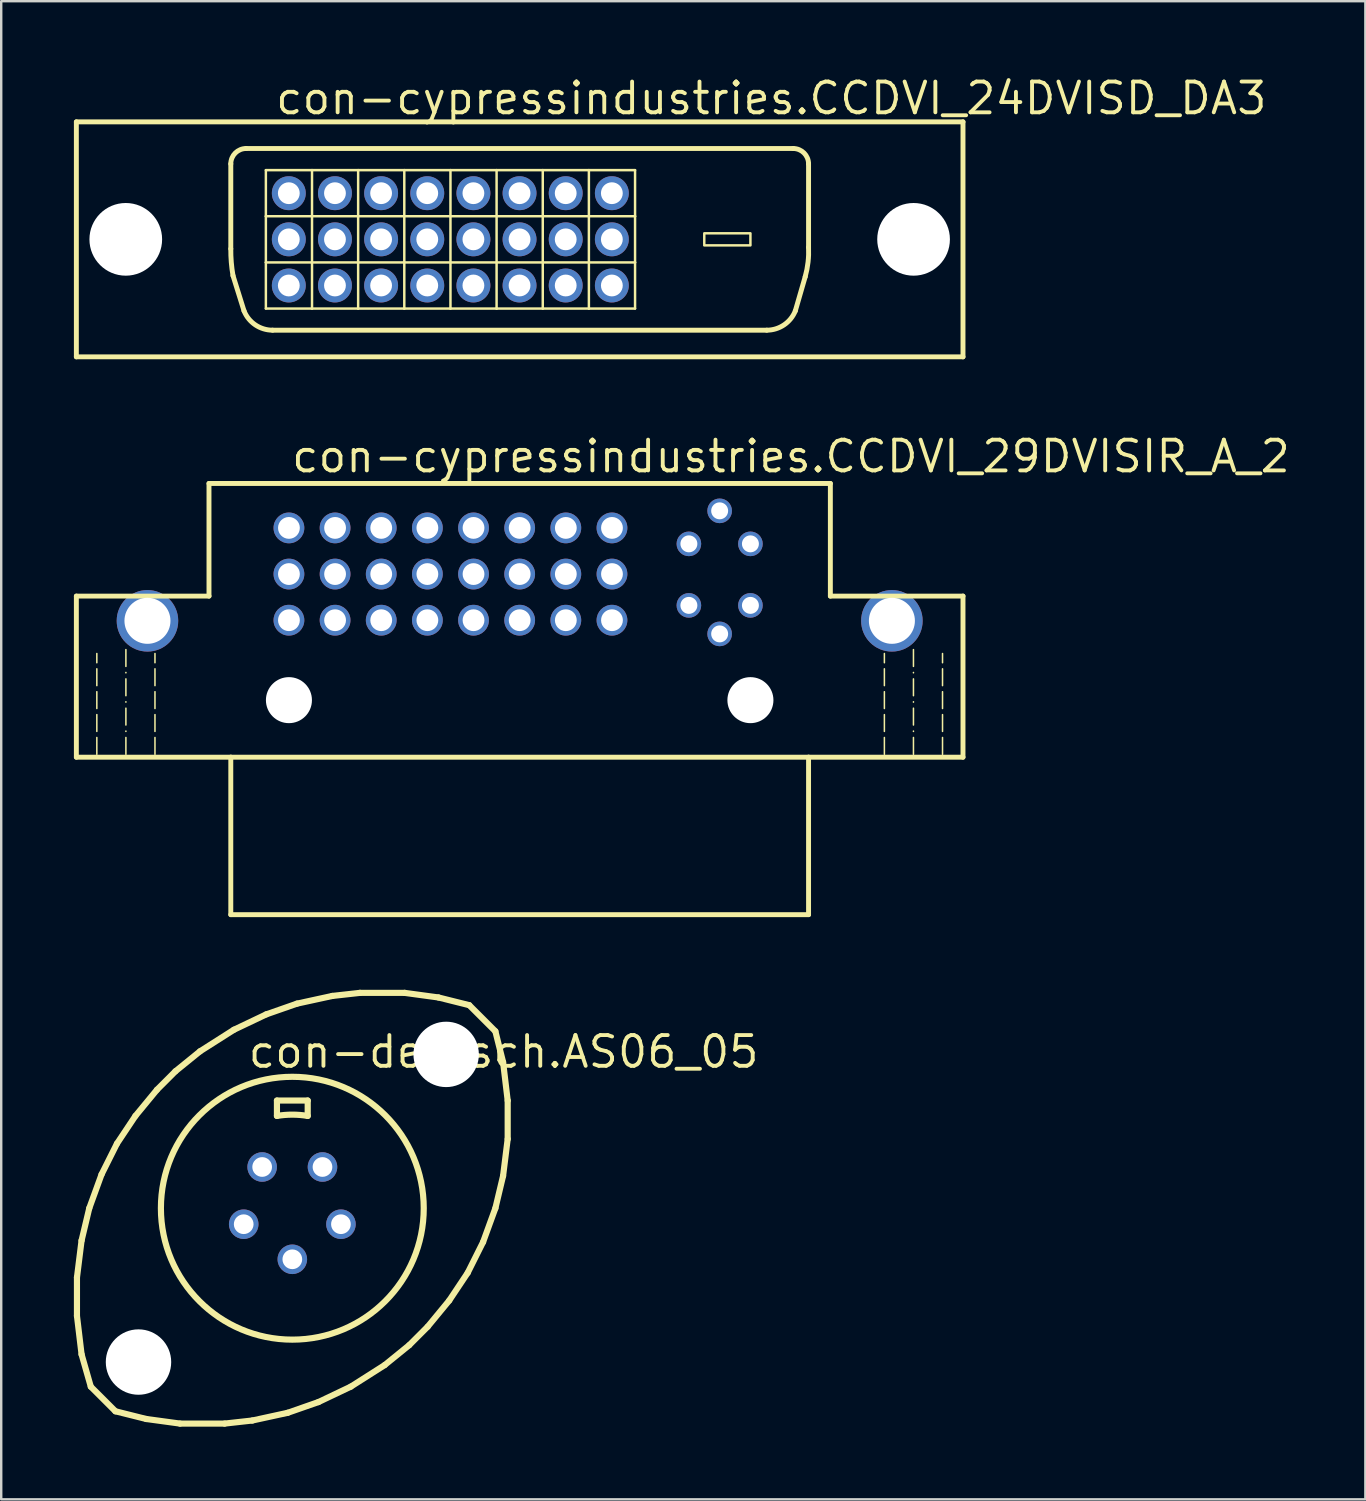
<source format=kicad_pcb>
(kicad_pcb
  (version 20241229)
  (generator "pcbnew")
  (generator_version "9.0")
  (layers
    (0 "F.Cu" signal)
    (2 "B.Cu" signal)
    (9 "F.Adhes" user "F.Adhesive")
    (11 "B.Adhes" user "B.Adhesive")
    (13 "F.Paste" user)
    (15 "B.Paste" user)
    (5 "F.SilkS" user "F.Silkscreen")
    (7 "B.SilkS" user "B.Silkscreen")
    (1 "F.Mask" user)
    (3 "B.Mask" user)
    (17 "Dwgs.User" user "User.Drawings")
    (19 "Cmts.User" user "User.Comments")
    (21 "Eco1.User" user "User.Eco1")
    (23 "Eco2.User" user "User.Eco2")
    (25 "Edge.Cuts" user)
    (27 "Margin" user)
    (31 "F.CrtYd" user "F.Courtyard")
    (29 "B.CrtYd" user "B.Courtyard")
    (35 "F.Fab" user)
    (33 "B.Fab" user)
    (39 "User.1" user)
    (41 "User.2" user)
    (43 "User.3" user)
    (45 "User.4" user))
  (footprint "con-cypressindustries.CCDVI_24DVISD_DA3"
    (layer "F.Cu")
    (at 18.402 6.83)
    (property "Reference" "con-cypressindustries.CCDVI_24DVISD_DA3" (at -10.16 -5.08 0) (layer "F.SilkS") (effects (font (size 1.27 1.27) (thickness 0.16)) (justify left bottom)))
    (attr through_hole)
    (fp_line (start -18.3 -4.85) (end 18.3 -4.85) (stroke (width 0.203) (type default)) (layer "F.SilkS"))
    (fp_line (start -18.3 4.85) (end -18.3 -4.85) (stroke (width 0.203) (type default)) (layer "F.SilkS"))
    (fp_line (start -11.925 0.39) (end -11.925 -3.115) (stroke (width 0.203) (type default)) (layer "F.SilkS"))
    (fp_line (start -11.379 2.952) (end -11.834 1.497) (stroke (width 0.203) (type default)) (layer "F.SilkS"))
    (fp_line (start -11.29 -3.75) (end 11.29 -3.75) (stroke (width 0.203) (type default)) (layer "F.SilkS"))
    (fp_line (start -10.477 -2.857) (end -8.572 -2.857) (stroke (width 0.102) (type default)) (layer "F.SilkS"))
    (fp_line (start -10.477 -0.953) (end -10.477 -2.857) (stroke (width 0.102) (type default)) (layer "F.SilkS"))
    (fp_line (start -10.477 -0.953) (end 4.763 -0.953) (stroke (width 0.102) (type default)) (layer "F.SilkS"))
    (fp_line (start -10.477 0.953) (end -10.477 -0.953) (stroke (width 0.102) (type default)) (layer "F.SilkS"))
    (fp_line (start -10.477 0.953) (end 4.763 0.953) (stroke (width 0.102) (type default)) (layer "F.SilkS"))
    (fp_line (start -10.477 2.857) (end -10.477 0.953) (stroke (width 0.102) (type default)) (layer "F.SilkS"))
    (fp_line (start -10.2 3.75) (end 10.2 3.75) (stroke (width 0.203) (type default)) (layer "F.SilkS"))
    (fp_line (start -8.572 -2.857) (end -6.668 -2.857) (stroke (width 0.102) (type default)) (layer "F.SilkS"))
    (fp_line (start -8.572 2.857) (end -10.477 2.857) (stroke (width 0.102) (type default)) (layer "F.SilkS"))
    (fp_line (start -8.572 2.857) (end -8.572 -2.857) (stroke (width 0.102) (type default)) (layer "F.SilkS"))
    (fp_line (start -6.668 -2.857) (end -6.668 2.857) (stroke (width 0.102) (type default)) (layer "F.SilkS"))
    (fp_line (start -6.668 -2.857) (end -4.763 -2.857) (stroke (width 0.102) (type default)) (layer "F.SilkS"))
    (fp_line (start -6.668 2.857) (end -8.572 2.857) (stroke (width 0.102) (type default)) (layer "F.SilkS"))
    (fp_line (start -4.763 -2.857) (end -2.857 -2.857) (stroke (width 0.102) (type default)) (layer "F.SilkS"))
    (fp_line (start -4.763 2.857) (end -6.668 2.857) (stroke (width 0.102) (type default)) (layer "F.SilkS"))
    (fp_line (start -4.763 2.857) (end -4.763 -2.857) (stroke (width 0.102) (type default)) (layer "F.SilkS"))
    (fp_line (start -2.857 -2.857) (end -2.857 2.857) (stroke (width 0.102) (type default)) (layer "F.SilkS"))
    (fp_line (start -2.857 -2.857) (end -0.953 -2.857) (stroke (width 0.102) (type default)) (layer "F.SilkS"))
    (fp_line (start -2.857 2.857) (end -4.763 2.857) (stroke (width 0.102) (type default)) (layer "F.SilkS"))
    (fp_line (start -0.953 -2.857) (end 0.953 -2.857) (stroke (width 0.102) (type default)) (layer "F.SilkS"))
    (fp_line (start -0.953 2.857) (end -2.857 2.857) (stroke (width 0.102) (type default)) (layer "F.SilkS"))
    (fp_line (start -0.953 2.857) (end -0.953 -2.857) (stroke (width 0.102) (type default)) (layer "F.SilkS"))
    (fp_line (start 0.953 -2.857) (end 0.953 2.857) (stroke (width 0.102) (type default)) (layer "F.SilkS"))
    (fp_line (start 0.953 -2.857) (end 2.857 -2.857) (stroke (width 0.102) (type default)) (layer "F.SilkS"))
    (fp_line (start 0.953 2.857) (end -0.953 2.857) (stroke (width 0.102) (type default)) (layer "F.SilkS"))
    (fp_line (start 2.857 -2.857) (end 4.763 -2.857) (stroke (width 0.102) (type default)) (layer "F.SilkS"))
    (fp_line (start 2.857 2.857) (end 0.953 2.857) (stroke (width 0.102) (type default)) (layer "F.SilkS"))
    (fp_line (start 2.857 2.857) (end 2.857 -2.857) (stroke (width 0.102) (type default)) (layer "F.SilkS"))
    (fp_line (start 4.763 -2.857) (end 4.763 -0.953) (stroke (width 0.102) (type default)) (layer "F.SilkS"))
    (fp_line (start 4.763 -0.953) (end 4.763 0.953) (stroke (width 0.102) (type default)) (layer "F.SilkS"))
    (fp_line (start 4.763 0.953) (end 4.763 2.857) (stroke (width 0.102) (type default)) (layer "F.SilkS"))
    (fp_line (start 4.763 2.857) (end 2.857 2.857) (stroke (width 0.102) (type default)) (layer "F.SilkS"))
    (fp_line (start 7.62 -0.203) (end 7.62 0.203) (stroke (width 0.102) (type default)) (layer "F.SilkS"))
    (fp_line (start 9.525 -0.25) (end 7.62 -0.25) (stroke (width 0.102) (type default)) (layer "F.SilkS"))
    (fp_line (start 9.525 -0.203) (end 9.525 0.203) (stroke (width 0.102) (type default)) (layer "F.SilkS"))
    (fp_line (start 9.525 0.25) (end 7.62 0.25) (stroke (width 0.102) (type default)) (layer "F.SilkS"))
    (fp_line (start 11.379 2.952) (end 11.787 1.542) (stroke (width 0.203) (type default)) (layer "F.SilkS"))
    (fp_line (start 11.925 0.33) (end 11.925 -3.115) (stroke (width 0.203) (type default)) (layer "F.SilkS"))
    (fp_line (start 18.3 -4.85) (end 18.3 4.85) (stroke (width 0.203) (type default)) (layer "F.SilkS"))
    (fp_line (start 18.3 4.85) (end -18.3 4.85) (stroke (width 0.203) (type default)) (layer "F.SilkS"))
    (fp_arc (start -11.925 -3.115) (mid -11.739013 -3.564013) (end -11.29 -3.75) (stroke (width 0.2032) (type default)) (layer "F.SilkS"))
    (fp_arc (start -11.8342 1.497) (mid -11.904693 0.945759) (end -11.925 0.3904) (stroke (width 0.2032) (type default)) (layer "F.SilkS"))
    (fp_arc (start -10.2002 3.75) (mid -10.912153 3.531641) (end -11.3793 2.9517) (stroke (width 0.2032) (type default)) (layer "F.SilkS"))
    (fp_arc (start 11.29 -3.75) (mid 11.739013 -3.564013) (end 11.925 -3.115) (stroke (width 0.2032) (type default)) (layer "F.SilkS"))
    (fp_arc (start 11.3793 2.9517) (mid 10.912153 3.531641) (end 10.2002 3.75) (stroke (width 0.2032) (type default)) (layer "F.SilkS"))
    (fp_arc (start 11.925 0.33) (mid 11.903988 0.941413) (end 11.7865 1.5418) (stroke (width 0.2032) (type default)) (layer "F.SilkS"))
    (pad "" np_thru_hole circle (at -16.26 0) (size 3 3) (drill 3) (layers "*.Cu" "*.Mask"))
    (pad "" np_thru_hole circle (at 16.26 0) (size 3 3) (drill 3) (layers "*.Cu" "*.Mask"))
    (pad "1" thru_hole circle (at -9.53 -1.905) (size 1.4 1.4) (drill 0.9) (layers "*.Cu" "*.Mask"))
    (pad "2" thru_hole circle (at -7.625 -1.905) (size 1.4 1.4) (drill 0.9) (layers "*.Cu" "*.Mask"))
    (pad "3" thru_hole circle (at -5.72 -1.905) (size 1.4 1.4) (drill 0.9) (layers "*.Cu" "*.Mask"))
    (pad "4" thru_hole circle (at -3.815 -1.905) (size 1.4 1.4) (drill 0.9) (layers "*.Cu" "*.Mask"))
    (pad "5" thru_hole circle (at -1.91 -1.905) (size 1.4 1.4) (drill 0.9) (layers "*.Cu" "*.Mask"))
    (pad "6" thru_hole circle (at -0.005 -1.905) (size 1.4 1.4) (drill 0.9) (layers "*.Cu" "*.Mask"))
    (pad "7" thru_hole circle (at 1.9 -1.905) (size 1.4 1.4) (drill 0.9) (layers "*.Cu" "*.Mask"))
    (pad "8" thru_hole circle (at 3.805 -1.905) (size 1.4 1.4) (drill 0.9) (layers "*.Cu" "*.Mask"))
    (pad "9" thru_hole circle (at -9.53 0) (size 1.4 1.4) (drill 0.9) (layers "*.Cu" "*.Mask"))
    (pad "10" thru_hole circle (at -7.625 0) (size 1.4 1.4) (drill 0.9) (layers "*.Cu" "*.Mask"))
    (pad "11" thru_hole circle (at -5.72 0) (size 1.4 1.4) (drill 0.9) (layers "*.Cu" "*.Mask"))
    (pad "12" thru_hole circle (at -3.815 0) (size 1.4 1.4) (drill 0.9) (layers "*.Cu" "*.Mask"))
    (pad "13" thru_hole circle (at -1.91 0) (size 1.4 1.4) (drill 0.9) (layers "*.Cu" "*.Mask"))
    (pad "14" thru_hole circle (at -0.005 0) (size 1.4 1.4) (drill 0.9) (layers "*.Cu" "*.Mask"))
    (pad "15" thru_hole circle (at 1.9 0) (size 1.4 1.4) (drill 0.9) (layers "*.Cu" "*.Mask"))
    (pad "16" thru_hole circle (at 3.805 0) (size 1.4 1.4) (drill 0.9) (layers "*.Cu" "*.Mask"))
    (pad "17" thru_hole circle (at -9.53 1.905) (size 1.4 1.4) (drill 0.9) (layers "*.Cu" "*.Mask"))
    (pad "18" thru_hole circle (at -7.625 1.905) (size 1.4 1.4) (drill 0.9) (layers "*.Cu" "*.Mask"))
    (pad "19" thru_hole circle (at -5.72 1.905) (size 1.4 1.4) (drill 0.9) (layers "*.Cu" "*.Mask"))
    (pad "20" thru_hole circle (at -3.815 1.905) (size 1.4 1.4) (drill 0.9) (layers "*.Cu" "*.Mask"))
    (pad "21" thru_hole circle (at -1.91 1.905) (size 1.4 1.4) (drill 0.9) (layers "*.Cu" "*.Mask"))
    (pad "22" thru_hole circle (at -0.005 1.905) (size 1.4 1.4) (drill 0.9) (layers "*.Cu" "*.Mask"))
    (pad "23" thru_hole circle (at 1.9 1.905) (size 1.4 1.4) (drill 0.9) (layers "*.Cu" "*.Mask"))
    (pad "24" thru_hole circle (at 3.805 1.905) (size 1.4 1.4) (drill 0.9) (layers "*.Cu" "*.Mask")))
  (footprint "con-deutsch.AS06_05"
    (layer "F.Cu")
    (at 9.017 46.825)
    (property "Reference" "con-deutsch.AS06_05" (at -1.905 -5.715 0) (layer "F.SilkS") (effects (font (size 1.27 1.27) (thickness 0.16)) (justify left bottom)))
    (attr through_hole)
    (fp_line (start -8.89 2.857) (end -8.7 1.333) (stroke (width 0.254) (type default)) (layer "F.SilkS"))
    (fp_line (start -8.89 4.445) (end -8.89 2.857) (stroke (width 0.254) (type default)) (layer "F.SilkS"))
    (fp_line (start -8.7 1.333) (end -8.382 0) (stroke (width 0.254) (type default)) (layer "F.SilkS"))
    (fp_line (start -8.7 6.032) (end -8.89 4.445) (stroke (width 0.254) (type default)) (layer "F.SilkS"))
    (fp_line (start -8.382 0) (end -7.874 -1.397) (stroke (width 0.254) (type default)) (layer "F.SilkS"))
    (fp_line (start -8.319 7.366) (end -8.7 6.032) (stroke (width 0.254) (type default)) (layer "F.SilkS"))
    (fp_line (start -7.874 -1.397) (end -7.239 -2.667) (stroke (width 0.254) (type default)) (layer "F.SilkS"))
    (fp_line (start -7.303 8.382) (end -8.319 7.366) (stroke (width 0.254) (type default)) (layer "F.SilkS"))
    (fp_line (start -7.239 -2.667) (end -6.477 -3.81) (stroke (width 0.254) (type default)) (layer "F.SilkS"))
    (fp_line (start -6.477 -3.81) (end -5.588 -4.889) (stroke (width 0.254) (type default)) (layer "F.SilkS"))
    (fp_line (start -6.032 8.7) (end -7.303 8.382) (stroke (width 0.254) (type default)) (layer "F.SilkS"))
    (fp_line (start -5.588 -4.889) (end -4.826 -5.652) (stroke (width 0.254) (type default)) (layer "F.SilkS"))
    (fp_line (start -4.826 -5.652) (end -3.81 -6.477) (stroke (width 0.254) (type default)) (layer "F.SilkS"))
    (fp_line (start -4.636 8.89) (end -6.032 8.7) (stroke (width 0.254) (type default)) (layer "F.SilkS"))
    (fp_line (start -3.81 -6.477) (end -2.413 -7.366) (stroke (width 0.254) (type default)) (layer "F.SilkS"))
    (fp_line (start -2.794 8.89) (end -4.636 8.89) (stroke (width 0.254) (type default)) (layer "F.SilkS"))
    (fp_line (start -2.413 -7.366) (end -1.079 -8.001) (stroke (width 0.254) (type default)) (layer "F.SilkS"))
    (fp_line (start -1.651 8.763) (end -2.794 8.89) (stroke (width 0.254) (type default)) (layer "F.SilkS"))
    (fp_line (start -1.079 -8.001) (end 0.191 -8.445) (stroke (width 0.254) (type default)) (layer "F.SilkS"))
    (fp_line (start -0.635 -4.445) (end 0.635 -4.445) (stroke (width 0.254) (type default)) (layer "F.SilkS"))
    (fp_line (start -0.635 -3.81) (end -0.635 -4.445) (stroke (width 0.254) (type default)) (layer "F.SilkS"))
    (fp_line (start -0.191 8.445) (end -1.651 8.763) (stroke (width 0.254) (type default)) (layer "F.SilkS"))
    (fp_line (start 0.191 -8.445) (end 1.651 -8.763) (stroke (width 0.254) (type default)) (layer "F.SilkS"))
    (fp_line (start 0.635 -4.445) (end 0.635 -3.81) (stroke (width 0.254) (type default)) (layer "F.SilkS"))
    (fp_line (start 1.079 8.001) (end -0.191 8.445) (stroke (width 0.254) (type default)) (layer "F.SilkS"))
    (fp_line (start 1.651 -8.763) (end 2.794 -8.89) (stroke (width 0.254) (type default)) (layer "F.SilkS"))
    (fp_line (start 2.413 7.366) (end 1.079 8.001) (stroke (width 0.254) (type default)) (layer "F.SilkS"))
    (fp_line (start 2.794 -8.89) (end 4.636 -8.89) (stroke (width 0.254) (type default)) (layer "F.SilkS"))
    (fp_line (start 3.81 6.477) (end 2.413 7.366) (stroke (width 0.254) (type default)) (layer "F.SilkS"))
    (fp_line (start 4.636 -8.89) (end 6.032 -8.7) (stroke (width 0.254) (type default)) (layer "F.SilkS"))
    (fp_line (start 4.826 5.652) (end 3.81 6.477) (stroke (width 0.254) (type default)) (layer "F.SilkS"))
    (fp_line (start 5.588 4.889) (end 4.826 5.652) (stroke (width 0.254) (type default)) (layer "F.SilkS"))
    (fp_line (start 6.032 -8.7) (end 7.303 -8.382) (stroke (width 0.254) (type default)) (layer "F.SilkS"))
    (fp_line (start 6.477 3.81) (end 5.588 4.889) (stroke (width 0.254) (type default)) (layer "F.SilkS"))
    (fp_line (start 7.239 2.667) (end 6.477 3.81) (stroke (width 0.254) (type default)) (layer "F.SilkS"))
    (fp_line (start 7.874 1.397) (end 7.239 2.667) (stroke (width 0.254) (type default)) (layer "F.SilkS"))
    (fp_line (start 8.382 -7.303) (end 7.303 -8.382) (stroke (width 0.254) (type default)) (layer "F.SilkS"))
    (fp_line (start 8.382 -7.303) (end 8.7 -6.032) (stroke (width 0.254) (type default)) (layer "F.SilkS"))
    (fp_line (start 8.382 0) (end 7.874 1.397) (stroke (width 0.254) (type default)) (layer "F.SilkS"))
    (fp_line (start 8.7 -6.032) (end 8.89 -4.445) (stroke (width 0.254) (type default)) (layer "F.SilkS"))
    (fp_line (start 8.7 -1.333) (end 8.382 0) (stroke (width 0.254) (type default)) (layer "F.SilkS"))
    (fp_line (start 8.89 -4.445) (end 8.89 -2.857) (stroke (width 0.254) (type default)) (layer "F.SilkS"))
    (fp_line (start 8.89 -2.857) (end 8.7 -1.333) (stroke (width 0.254) (type default)) (layer "F.SilkS"))
    (fp_arc (start -0.635 -3.81) (mid 0 -3.862554) (end 0.635 -3.81) (stroke (width 0.254) (type default)) (layer "F.SilkS"))
    (fp_circle (center 0 0) (end 5.425 0) (stroke (width 0.254) (type default)) (fill no) (layer "F.SilkS"))
    (pad "" np_thru_hole circle (at -6.35 6.35) (size 2.7 2.7) (drill 2.7) (layers "*.Cu" "*.Mask"))
    (pad "" np_thru_hole circle (at 6.35 -6.35) (size 2.7 2.7) (drill 2.7) (layers "*.Cu" "*.Mask"))
    (pad "1" thru_hole circle (at -1.245 -1.702) (size 1.219 1.219) (drill 0.813) (layers "*.Cu" "*.Mask"))
    (pad "2" thru_hole circle (at -2.007 0.66) (size 1.219 1.219) (drill 0.813) (layers "*.Cu" "*.Mask"))
    (pad "3" thru_hole circle (at 0 2.108) (size 1.219 1.219) (drill 0.813) (layers "*.Cu" "*.Mask"))
    (pad "4" thru_hole circle (at 2.007 0.66) (size 1.219 1.219) (drill 0.813) (layers "*.Cu" "*.Mask"))
    (pad "5" thru_hole circle (at 1.245 -1.702) (size 1.219 1.219) (drill 0.813) (layers "*.Cu" "*.Mask")))
  (footprint "con-cypressindustries.CCDVI_29DVISIR_A_2"
    (layer "F.Cu")
    (at 18.402 27.782)
    (property "Reference" "con-cypressindustries.CCDVI_29DVISIR_A_2" (at -9.5 -11.25 0) (layer "F.SilkS") (effects (font (size 1.27 1.27) (thickness 0.16)) (justify left bottom)))
    (attr through_hole)
    (fp_line (start -18.3 -6.225) (end -18.3 0.425) (stroke (width 0.203) (type default)) (layer "F.SilkS"))
    (fp_line (start -18.3 0.425) (end -11.925 0.425) (stroke (width 0.203) (type default)) (layer "F.SilkS"))
    (fp_line (start -17.455 0.305) (end -17.455 -3.855) (stroke (width 0.063) (type dash)) (layer "F.SilkS"))
    (fp_line (start -16.255 0.305) (end -16.255 -4.105) (stroke (width 0.063) (type dash_dot)) (layer "F.SilkS"))
    (fp_line (start -15.055 0.305) (end -15.055 -3.855) (stroke (width 0.063) (type dash)) (layer "F.SilkS"))
    (fp_line (start -12.825 -10.875) (end -12.825 -6.225) (stroke (width 0.203) (type default)) (layer "F.SilkS"))
    (fp_line (start -12.825 -6.225) (end -18.3 -6.225) (stroke (width 0.203) (type default)) (layer "F.SilkS"))
    (fp_line (start -11.925 0.425) (end -11.925 6.925) (stroke (width 0.203) (type default)) (layer "F.SilkS"))
    (fp_line (start -11.925 0.425) (end 11.925 0.425) (stroke (width 0.203) (type default)) (layer "F.SilkS"))
    (fp_line (start -11.925 6.925) (end 11.925 6.925) (stroke (width 0.203) (type default)) (layer "F.SilkS"))
    (fp_line (start 11.925 0.425) (end 18.3 0.425) (stroke (width 0.203) (type default)) (layer "F.SilkS"))
    (fp_line (start 11.925 6.925) (end 11.925 0.425) (stroke (width 0.203) (type default)) (layer "F.SilkS"))
    (fp_line (start 12.825 -10.875) (end -12.825 -10.875) (stroke (width 0.203) (type default)) (layer "F.SilkS"))
    (fp_line (start 12.825 -6.225) (end 12.825 -10.875) (stroke (width 0.203) (type default)) (layer "F.SilkS"))
    (fp_line (start 15.055 0.305) (end 15.055 -3.855) (stroke (width 0.063) (type dash)) (layer "F.SilkS"))
    (fp_line (start 16.255 0.305) (end 16.255 -4.105) (stroke (width 0.063) (type dash_dot)) (layer "F.SilkS"))
    (fp_line (start 17.455 0.305) (end 17.455 -3.855) (stroke (width 0.063) (type dash)) (layer "F.SilkS"))
    (fp_line (start 18.3 -6.225) (end 12.825 -6.225) (stroke (width 0.203) (type default)) (layer "F.SilkS"))
    (fp_line (start 18.3 0.425) (end 18.3 -6.225) (stroke (width 0.203) (type default)) (layer "F.SilkS"))
    (pad "" np_thru_hole circle (at -9.525 -1.93) (size 1.9 1.9) (drill 1.9) (layers "*.Cu" "*.Mask"))
    (pad "" np_thru_hole circle (at 9.525 -1.93) (size 1.9 1.9) (drill 1.9) (layers "*.Cu" "*.Mask"))
    (pad "1" thru_hole circle (at -9.525 -9.04) (size 1.27 1.27) (drill 0.9) (layers "*.Cu" "*.Mask"))
    (pad "2" thru_hole circle (at -7.62 -9.04) (size 1.27 1.27) (drill 0.9) (layers "*.Cu" "*.Mask"))
    (pad "3" thru_hole circle (at -5.715 -9.04) (size 1.27 1.27) (drill 0.9) (layers "*.Cu" "*.Mask"))
    (pad "4" thru_hole circle (at -3.81 -9.04) (size 1.27 1.27) (drill 0.9) (layers "*.Cu" "*.Mask"))
    (pad "5" thru_hole circle (at -1.905 -9.04) (size 1.27 1.27) (drill 0.9) (layers "*.Cu" "*.Mask"))
    (pad "6" thru_hole circle (at 0 -9.04) (size 1.27 1.27) (drill 0.9) (layers "*.Cu" "*.Mask"))
    (pad "7" thru_hole circle (at 1.905 -9.04) (size 1.27 1.27) (drill 0.9) (layers "*.Cu" "*.Mask"))
    (pad "8" thru_hole circle (at 3.81 -9.04) (size 1.27 1.27) (drill 0.9) (layers "*.Cu" "*.Mask"))
    (pad "9" thru_hole circle (at -9.525 -7.135) (size 1.27 1.27) (drill 0.9) (layers "*.Cu" "*.Mask"))
    (pad "10" thru_hole circle (at -7.62 -7.135) (size 1.27 1.27) (drill 0.9) (layers "*.Cu" "*.Mask"))
    (pad "11" thru_hole circle (at -5.715 -7.135) (size 1.27 1.27) (drill 0.9) (layers "*.Cu" "*.Mask"))
    (pad "12" thru_hole circle (at -3.81 -7.135) (size 1.27 1.27) (drill 0.9) (layers "*.Cu" "*.Mask"))
    (pad "13" thru_hole circle (at -1.905 -7.135) (size 1.27 1.27) (drill 0.9) (layers "*.Cu" "*.Mask"))
    (pad "14" thru_hole circle (at 0 -7.135) (size 1.27 1.27) (drill 0.9) (layers "*.Cu" "*.Mask"))
    (pad "15" thru_hole circle (at 1.905 -7.135) (size 1.27 1.27) (drill 0.9) (layers "*.Cu" "*.Mask"))
    (pad "16" thru_hole circle (at 3.81 -7.135) (size 1.27 1.27) (drill 0.9) (layers "*.Cu" "*.Mask"))
    (pad "17" thru_hole circle (at -9.525 -5.23) (size 1.27 1.27) (drill 0.9) (layers "*.Cu" "*.Mask"))
    (pad "18" thru_hole circle (at -7.62 -5.23) (size 1.27 1.27) (drill 0.9) (layers "*.Cu" "*.Mask"))
    (pad "19" thru_hole circle (at -5.715 -5.23) (size 1.27 1.27) (drill 0.9) (layers "*.Cu" "*.Mask"))
    (pad "20" thru_hole circle (at -3.81 -5.23) (size 1.27 1.27) (drill 0.9) (layers "*.Cu" "*.Mask"))
    (pad "21" thru_hole circle (at -1.905 -5.23) (size 1.27 1.27) (drill 0.9) (layers "*.Cu" "*.Mask"))
    (pad "22" thru_hole circle (at 0 -5.23) (size 1.27 1.27) (drill 0.9) (layers "*.Cu" "*.Mask"))
    (pad "23" thru_hole circle (at 1.905 -5.23) (size 1.27 1.27) (drill 0.9) (layers "*.Cu" "*.Mask"))
    (pad "24" thru_hole circle (at 3.81 -5.23) (size 1.27 1.27) (drill 0.9) (layers "*.Cu" "*.Mask"))
    (pad "C1" thru_hole circle (at 6.985 -8.382) (size 1.016 1.016) (drill 0.7) (layers "*.Cu" "*.Mask"))
    (pad "C2" thru_hole circle (at 9.525 -8.382) (size 1.016 1.016) (drill 0.7) (layers "*.Cu" "*.Mask"))
    (pad "C3" thru_hole circle (at 6.985 -5.842) (size 1.016 1.016) (drill 0.7) (layers "*.Cu" "*.Mask"))
    (pad "C4" thru_hole circle (at 9.525 -5.842) (size 1.016 1.016) (drill 0.7) (layers "*.Cu" "*.Mask"))
    (pad "C5.1" thru_hole circle (at 8.255 -9.745) (size 1.016 1.016) (drill 0.7) (layers "*.Cu" "*.Mask"))
    (pad "C5.2" thru_hole circle (at 8.255 -4.665) (size 1.016 1.016) (drill 0.7) (layers "*.Cu" "*.Mask"))
    (pad "M1" thru_hole circle (at -15.365 -5.205) (size 2.54 2.54) (drill 1.9) (layers "*.Cu" "*.Mask"))
    (pad "M2" thru_hole circle (at 15.365 -5.205) (size 2.54 2.54) (drill 1.9) (layers "*.Cu" "*.Mask")))
  (gr_rect
    (start -3 -3)
    (end 53.312 58.842)
    (stroke (width 0.1) (type default))
    (fill no)
    (layer "Edge.Cuts")))
</source>
